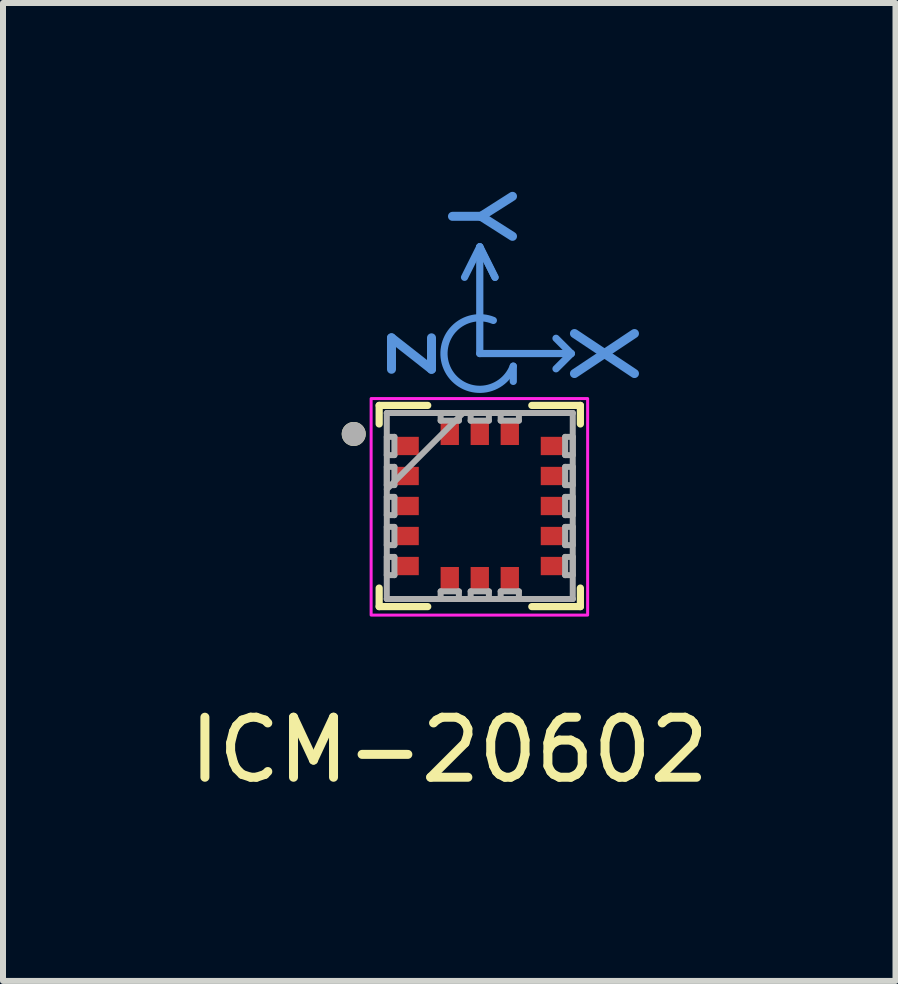
<source format=kicad_pcb>
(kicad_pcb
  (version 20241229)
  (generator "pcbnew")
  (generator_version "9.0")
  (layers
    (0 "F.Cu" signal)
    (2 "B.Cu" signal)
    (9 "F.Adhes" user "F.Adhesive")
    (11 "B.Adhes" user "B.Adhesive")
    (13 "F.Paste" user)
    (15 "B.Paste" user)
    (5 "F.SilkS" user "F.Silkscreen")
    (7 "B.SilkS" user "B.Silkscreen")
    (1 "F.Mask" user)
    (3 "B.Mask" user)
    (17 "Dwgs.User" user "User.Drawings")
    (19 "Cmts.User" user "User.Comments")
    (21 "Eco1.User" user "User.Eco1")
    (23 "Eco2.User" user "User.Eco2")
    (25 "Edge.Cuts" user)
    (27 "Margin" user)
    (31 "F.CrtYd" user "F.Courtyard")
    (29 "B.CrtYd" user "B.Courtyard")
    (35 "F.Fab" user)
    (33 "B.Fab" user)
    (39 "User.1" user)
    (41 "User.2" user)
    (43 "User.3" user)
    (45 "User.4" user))
  (footprint "ICM-20602"
    (layer "F.Cu")
    (at 4.943 5.38)
    (property "Reference" "ICM-20602" (at -0.508 4.064 0) (layer "F.SilkS") (effects (font (size 1 1) (thickness 0.15))))
    (attr smd)
    (fp_line (start -1.676 -1.676) (end -1.676 -1.367) (stroke (width 0.12) (type solid)) (layer "F.SilkS"))
    (fp_line (start -1.676 1.367) (end -1.676 1.676) (stroke (width 0.12) (type solid)) (layer "F.SilkS"))
    (fp_line (start -1.676 1.676) (end -0.867 1.676) (stroke (width 0.12) (type solid)) (layer "F.SilkS"))
    (fp_line (start -0.867 -1.676) (end -1.676 -1.676) (stroke (width 0.12) (type solid)) (layer "F.SilkS"))
    (fp_line (start 0.867 1.676) (end 1.676 1.676) (stroke (width 0.12) (type solid)) (layer "F.SilkS"))
    (fp_line (start 1.676 -1.676) (end 0.867 -1.676) (stroke (width 0.12) (type solid)) (layer "F.SilkS"))
    (fp_line (start 1.676 -1.367) (end 1.676 -1.676) (stroke (width 0.12) (type solid)) (layer "F.SilkS"))
    (fp_line (start 1.676 1.676) (end 1.676 1.367) (stroke (width 0.12) (type solid)) (layer "F.SilkS"))
    (fp_circle (center -2.1 -1.2) (end -2 -1.2) (stroke (width 0.2) (type solid)) (fill no) (layer "F.SilkS"))
    (fp_line (start 0 -4.318) (end -0.254 -3.81) (stroke (width 0.12) (type solid)) (layer "Cmts.User"))
    (fp_line (start 0 -4.318) (end 0.254 -3.81) (stroke (width 0.12) (type solid)) (layer "Cmts.User"))
    (fp_line (start 0 -2.54) (end 0 -4.318) (stroke (width 0.12) (type solid)) (layer "Cmts.User"))
    (fp_line (start 0.254 -3.81) (end 0 -4.318) (stroke (width 0.12) (type solid)) (layer "Cmts.User"))
    (fp_line (start 0.558 -2.33) (end 0.558 -2.076) (stroke (width 0.12) (type solid)) (layer "Cmts.User"))
    (fp_line (start 1.524 -2.54) (end 0 -2.54) (stroke (width 0.12) (type solid)) (layer "Cmts.User"))
    (fp_line (start 1.524 -2.54) (end 1.27 -2.794) (stroke (width 0.12) (type solid)) (layer "Cmts.User"))
    (fp_line (start 1.524 -2.54) (end 1.27 -2.286) (stroke (width 0.12) (type solid)) (layer "Cmts.User"))
    (fp_arc (start 0.557951 -2.329695) (mid -0.546707 -2.301989) (end 0.226213 -3.091694) (stroke (width 0.12) (type solid)) (layer "Cmts.User"))
    (fp_rect (start -1.81 1.817) (end 1.797 -1.79) (stroke (width 0.05) (type solid)) (fill no) (layer "F.CrtYd"))
    (fp_line (start -1.549 -1.549) (end -1.549 -1.549) (stroke (width 0.1) (type solid)) (layer "F.Fab"))
    (fp_line (start -1.549 -1.549) (end -1.549 1.549) (stroke (width 0.1) (type solid)) (layer "F.Fab"))
    (fp_line (start -1.549 -1.152) (end -1.422 -1.152) (stroke (width 0.1) (type solid)) (layer "F.Fab"))
    (fp_line (start -1.549 -0.848) (end -1.549 -1.152) (stroke (width 0.1) (type solid)) (layer "F.Fab"))
    (fp_line (start -1.549 -0.652) (end -1.422 -0.652) (stroke (width 0.1) (type solid)) (layer "F.Fab"))
    (fp_line (start -1.549 -0.348) (end -1.549 -0.652) (stroke (width 0.1) (type solid)) (layer "F.Fab"))
    (fp_line (start -1.549 -0.279) (end -0.279 -1.549) (stroke (width 0.1) (type solid)) (layer "F.Fab"))
    (fp_line (start -1.549 -0.152) (end -1.422 -0.152) (stroke (width 0.1) (type solid)) (layer "F.Fab"))
    (fp_line (start -1.549 0.152) (end -1.549 -0.152) (stroke (width 0.1) (type solid)) (layer "F.Fab"))
    (fp_line (start -1.549 0.348) (end -1.422 0.348) (stroke (width 0.1) (type solid)) (layer "F.Fab"))
    (fp_line (start -1.549 0.652) (end -1.549 0.348) (stroke (width 0.1) (type solid)) (layer "F.Fab"))
    (fp_line (start -1.549 0.848) (end -1.422 0.848) (stroke (width 0.1) (type solid)) (layer "F.Fab"))
    (fp_line (start -1.549 1.152) (end -1.549 0.848) (stroke (width 0.1) (type solid)) (layer "F.Fab"))
    (fp_line (start -1.549 1.549) (end -1.549 1.549) (stroke (width 0.1) (type solid)) (layer "F.Fab"))
    (fp_line (start -1.549 1.549) (end 1.549 1.549) (stroke (width 0.1) (type solid)) (layer "F.Fab"))
    (fp_line (start -1.422 -1.152) (end -1.422 -0.848) (stroke (width 0.1) (type solid)) (layer "F.Fab"))
    (fp_line (start -1.422 -0.848) (end -1.549 -0.848) (stroke (width 0.1) (type solid)) (layer "F.Fab"))
    (fp_line (start -1.422 -0.652) (end -1.422 -0.348) (stroke (width 0.1) (type solid)) (layer "F.Fab"))
    (fp_line (start -1.422 -0.348) (end -1.549 -0.348) (stroke (width 0.1) (type solid)) (layer "F.Fab"))
    (fp_line (start -1.422 -0.152) (end -1.422 0.152) (stroke (width 0.1) (type solid)) (layer "F.Fab"))
    (fp_line (start -1.422 0.152) (end -1.549 0.152) (stroke (width 0.1) (type solid)) (layer "F.Fab"))
    (fp_line (start -1.422 0.348) (end -1.422 0.652) (stroke (width 0.1) (type solid)) (layer "F.Fab"))
    (fp_line (start -1.422 0.652) (end -1.549 0.652) (stroke (width 0.1) (type solid)) (layer "F.Fab"))
    (fp_line (start -1.422 0.848) (end -1.422 1.152) (stroke (width 0.1) (type solid)) (layer "F.Fab"))
    (fp_line (start -1.422 1.152) (end -1.549 1.152) (stroke (width 0.1) (type solid)) (layer "F.Fab"))
    (fp_line (start -0.652 -1.549) (end -0.348 -1.549) (stroke (width 0.1) (type solid)) (layer "F.Fab"))
    (fp_line (start -0.652 -1.422) (end -0.652 -1.549) (stroke (width 0.1) (type solid)) (layer "F.Fab"))
    (fp_line (start -0.652 1.422) (end -0.348 1.422) (stroke (width 0.1) (type solid)) (layer "F.Fab"))
    (fp_line (start -0.652 1.549) (end -0.652 1.422) (stroke (width 0.1) (type solid)) (layer "F.Fab"))
    (fp_line (start -0.348 -1.549) (end -0.348 -1.422) (stroke (width 0.1) (type solid)) (layer "F.Fab"))
    (fp_line (start -0.348 -1.422) (end -0.652 -1.422) (stroke (width 0.1) (type solid)) (layer "F.Fab"))
    (fp_line (start -0.348 1.422) (end -0.348 1.549) (stroke (width 0.1) (type solid)) (layer "F.Fab"))
    (fp_line (start -0.348 1.549) (end -0.652 1.549) (stroke (width 0.1) (type solid)) (layer "F.Fab"))
    (fp_line (start -0.152 -1.549) (end 0.152 -1.549) (stroke (width 0.1) (type solid)) (layer "F.Fab"))
    (fp_line (start -0.152 -1.422) (end -0.152 -1.549) (stroke (width 0.1) (type solid)) (layer "F.Fab"))
    (fp_line (start -0.152 1.422) (end 0.152 1.422) (stroke (width 0.1) (type solid)) (layer "F.Fab"))
    (fp_line (start -0.152 1.549) (end -0.152 1.422) (stroke (width 0.1) (type solid)) (layer "F.Fab"))
    (fp_line (start 0.152 -1.549) (end 0.152 -1.422) (stroke (width 0.1) (type solid)) (layer "F.Fab"))
    (fp_line (start 0.152 -1.422) (end -0.152 -1.422) (stroke (width 0.1) (type solid)) (layer "F.Fab"))
    (fp_line (start 0.152 1.422) (end 0.152 1.549) (stroke (width 0.1) (type solid)) (layer "F.Fab"))
    (fp_line (start 0.152 1.549) (end -0.152 1.549) (stroke (width 0.1) (type solid)) (layer "F.Fab"))
    (fp_line (start 0.348 -1.549) (end 0.652 -1.549) (stroke (width 0.1) (type solid)) (layer "F.Fab"))
    (fp_line (start 0.348 -1.422) (end 0.348 -1.549) (stroke (width 0.1) (type solid)) (layer "F.Fab"))
    (fp_line (start 0.348 1.422) (end 0.652 1.422) (stroke (width 0.1) (type solid)) (layer "F.Fab"))
    (fp_line (start 0.348 1.549) (end 0.348 1.422) (stroke (width 0.1) (type solid)) (layer "F.Fab"))
    (fp_line (start 0.652 -1.549) (end 0.652 -1.422) (stroke (width 0.1) (type solid)) (layer "F.Fab"))
    (fp_line (start 0.652 -1.422) (end 0.348 -1.422) (stroke (width 0.1) (type solid)) (layer "F.Fab"))
    (fp_line (start 0.652 1.422) (end 0.652 1.549) (stroke (width 0.1) (type solid)) (layer "F.Fab"))
    (fp_line (start 0.652 1.549) (end 0.348 1.549) (stroke (width 0.1) (type solid)) (layer "F.Fab"))
    (fp_line (start 1.422 -1.152) (end 1.549 -1.152) (stroke (width 0.1) (type solid)) (layer "F.Fab"))
    (fp_line (start 1.422 -0.848) (end 1.422 -1.152) (stroke (width 0.1) (type solid)) (layer "F.Fab"))
    (fp_line (start 1.422 -0.652) (end 1.549 -0.652) (stroke (width 0.1) (type solid)) (layer "F.Fab"))
    (fp_line (start 1.422 -0.348) (end 1.422 -0.652) (stroke (width 0.1) (type solid)) (layer "F.Fab"))
    (fp_line (start 1.422 -0.152) (end 1.549 -0.152) (stroke (width 0.1) (type solid)) (layer "F.Fab"))
    (fp_line (start 1.422 0.152) (end 1.422 -0.152) (stroke (width 0.1) (type solid)) (layer "F.Fab"))
    (fp_line (start 1.422 0.348) (end 1.549 0.348) (stroke (width 0.1) (type solid)) (layer "F.Fab"))
    (fp_line (start 1.422 0.652) (end 1.422 0.348) (stroke (width 0.1) (type solid)) (layer "F.Fab"))
    (fp_line (start 1.422 0.848) (end 1.549 0.848) (stroke (width 0.1) (type solid)) (layer "F.Fab"))
    (fp_line (start 1.422 1.152) (end 1.422 0.848) (stroke (width 0.1) (type solid)) (layer "F.Fab"))
    (fp_line (start 1.549 -1.549) (end -1.549 -1.549) (stroke (width 0.1) (type solid)) (layer "F.Fab"))
    (fp_line (start 1.549 -1.549) (end 1.549 -1.549) (stroke (width 0.1) (type solid)) (layer "F.Fab"))
    (fp_line (start 1.549 -1.152) (end 1.549 -0.848) (stroke (width 0.1) (type solid)) (layer "F.Fab"))
    (fp_line (start 1.549 -0.848) (end 1.422 -0.848) (stroke (width 0.1) (type solid)) (layer "F.Fab"))
    (fp_line (start 1.549 -0.652) (end 1.549 -0.348) (stroke (width 0.1) (type solid)) (layer "F.Fab"))
    (fp_line (start 1.549 -0.348) (end 1.422 -0.348) (stroke (width 0.1) (type solid)) (layer "F.Fab"))
    (fp_line (start 1.549 -0.152) (end 1.549 0.152) (stroke (width 0.1) (type solid)) (layer "F.Fab"))
    (fp_line (start 1.549 0.152) (end 1.422 0.152) (stroke (width 0.1) (type solid)) (layer "F.Fab"))
    (fp_line (start 1.549 0.348) (end 1.549 0.652) (stroke (width 0.1) (type solid)) (layer "F.Fab"))
    (fp_line (start 1.549 0.652) (end 1.422 0.652) (stroke (width 0.1) (type solid)) (layer "F.Fab"))
    (fp_line (start 1.549 0.848) (end 1.549 1.152) (stroke (width 0.1) (type solid)) (layer "F.Fab"))
    (fp_line (start 1.549 1.152) (end 1.422 1.152) (stroke (width 0.1) (type solid)) (layer "F.Fab"))
    (fp_line (start 1.549 1.549) (end 1.549 -1.549) (stroke (width 0.1) (type solid)) (layer "F.Fab"))
    (fp_line (start 1.549 1.549) (end 1.549 1.549) (stroke (width 0.1) (type solid)) (layer "F.Fab"))
    (fp_circle (center -2.1 -1.2) (end -2 -1.2) (stroke (width 0.2) (type solid)) (fill no) (layer "F.Fab"))
    (fp_text user "X" (at 2.032 -2.54 270) (unlocked yes) (layer "Cmts.User") (effects (font (size 1 1) (thickness 0.15))))
    (fp_text user "Y" (at 0 -4.826 270) (unlocked yes) (layer "Cmts.User") (effects (font (size 1 1) (thickness 0.15))))
    (fp_text user "z" (at -1.016 -2.54 270) (unlocked yes) (layer "Cmts.User") (effects (font (size 1 1) (thickness 0.15))))
    (pad "1" smd rect (at -1.219 -1 90) (size 0.305 0.406) (layers "F.Cu" "F.Mask" "F.Paste"))
    (pad "2" smd rect (at -1.219 -0.5 90) (size 0.305 0.406) (layers "F.Cu" "F.Mask" "F.Paste"))
    (pad "3" smd rect (at -1.219 0 90) (size 0.305 0.406) (layers "F.Cu" "F.Mask" "F.Paste"))
    (pad "4" smd rect (at -1.219 0.5 90) (size 0.305 0.406) (layers "F.Cu" "F.Mask" "F.Paste"))
    (pad "5" smd rect (at -1.219 1 90) (size 0.305 0.406) (layers "F.Cu" "F.Mask" "F.Paste"))
    (pad "6" smd rect (at -0.5 1.219) (size 0.305 0.406) (layers "F.Cu" "F.Mask" "F.Paste"))
    (pad "7" smd rect (at 0 1.219) (size 0.305 0.406) (layers "F.Cu" "F.Mask" "F.Paste"))
    (pad "8" smd rect (at 0.5 1.219) (size 0.305 0.406) (layers "F.Cu" "F.Mask" "F.Paste"))
    (pad "9" smd rect (at 1.219 1 90) (size 0.305 0.406) (layers "F.Cu" "F.Mask" "F.Paste"))
    (pad "10" smd rect (at 1.219 0.5 90) (size 0.305 0.406) (layers "F.Cu" "F.Mask" "F.Paste"))
    (pad "11" smd rect (at 1.219 0 90) (size 0.305 0.406) (layers "F.Cu" "F.Mask" "F.Paste"))
    (pad "12" smd rect (at 1.219 -0.5 90) (size 0.305 0.406) (layers "F.Cu" "F.Mask" "F.Paste"))
    (pad "13" smd rect (at 1.219 -1 90) (size 0.305 0.406) (layers "F.Cu" "F.Mask" "F.Paste"))
    (pad "14" smd rect (at 0.5 -1.219) (size 0.305 0.406) (layers "F.Cu" "F.Mask" "F.Paste"))
    (pad "15" smd rect (at 0 -1.219) (size 0.305 0.406) (layers "F.Cu" "F.Mask" "F.Paste"))
    (pad "16" smd rect (at -0.5 -1.219) (size 0.305 0.406) (layers "F.Cu" "F.Mask" "F.Paste")))
  (gr_rect
    (start -3 -3)
    (end 11.869 13.292)
    (stroke (width 0.1) (type default))
    (fill no)
    (layer "Edge.Cuts")))
</source>
